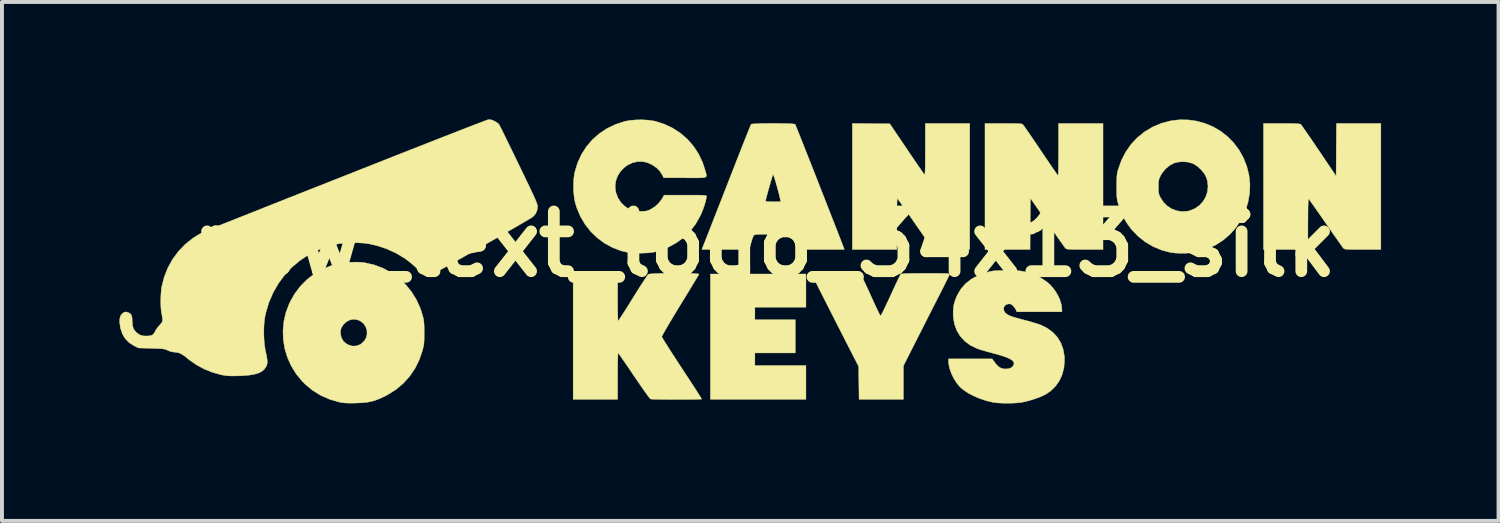
<source format=kicad_pcb>
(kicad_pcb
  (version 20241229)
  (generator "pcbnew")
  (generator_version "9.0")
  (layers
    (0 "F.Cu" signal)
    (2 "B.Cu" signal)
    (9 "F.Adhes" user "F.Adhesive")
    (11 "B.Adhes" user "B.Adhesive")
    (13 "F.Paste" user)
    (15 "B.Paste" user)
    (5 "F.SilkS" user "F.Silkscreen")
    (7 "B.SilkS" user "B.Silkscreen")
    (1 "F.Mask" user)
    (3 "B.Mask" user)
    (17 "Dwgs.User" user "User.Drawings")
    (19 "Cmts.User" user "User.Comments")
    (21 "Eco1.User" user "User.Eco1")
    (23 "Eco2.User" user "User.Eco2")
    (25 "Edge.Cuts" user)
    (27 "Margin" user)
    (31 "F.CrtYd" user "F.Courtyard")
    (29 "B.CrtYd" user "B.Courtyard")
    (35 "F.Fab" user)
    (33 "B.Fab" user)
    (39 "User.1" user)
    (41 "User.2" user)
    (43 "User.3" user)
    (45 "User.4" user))
  (footprint "new_text_logo_34x13_silk"
    (layer "F.Cu")
    (at 16.463 3.185)
    (property "Reference" "new_text_logo_34x13_silk" (at 0 0 0) (layer "F.SilkS") (effects (font (size 1.524 1.524) (thickness 0.3))))
    (attr through_hole)
    (fp_poly (pts (xy 1.067 1.609) (xy -0.237 1.609) (xy -0.237 1.93) (xy 0.796 1.93) (xy 0.796 2.777) (xy -0.237 2.777) (xy -0.237 3.099) (xy 1.067 3.099) (xy 1.067 3.962) (xy -1.372 3.962) (xy -1.372 0.762) (xy 1.067 0.762) (xy 1.067 1.609)) (stroke (width 0.01) (type solid)) (fill yes) (layer "F.SilkS"))
    (fp_poly (pts (xy 2.731 -3.078) (xy 3.209 -3.073) (xy 3.641 -2.434) (xy 3.73 -2.302) (xy 3.814 -2.179) (xy 3.89 -2.067) (xy 3.958 -1.968) (xy 4.014 -1.887) (xy 4.057 -1.826) (xy 4.084 -1.787) (xy 4.094 -1.775) (xy 4.099 -1.775) (xy 4.104 -1.791) (xy 4.107 -1.824) (xy 4.11 -1.877) (xy 4.112 -1.952) (xy 4.114 -2.053) (xy 4.114 -2.181) (xy 4.115 -2.339) (xy 4.115 -2.418) (xy 4.115 -3.082) (xy 5.249 -3.082) (xy 5.249 0.135) (xy 4.318 0.135) (xy 4.246 0.036) (xy 4.22 -0.001) (xy 4.178 -0.061) (xy 4.121 -0.142) (xy 4.054 -0.24) (xy 3.977 -0.351) (xy 3.894 -0.47) (xy 3.807 -0.596) (xy 3.793 -0.616) (xy 3.709 -0.737) (xy 3.631 -0.849) (xy 3.561 -0.949) (xy 3.5 -1.033) (xy 3.452 -1.1) (xy 3.419 -1.145) (xy 3.401 -1.167) (xy 3.399 -1.168) (xy 3.397 -1.152) (xy 3.394 -1.105) (xy 3.392 -1.032) (xy 3.39 -0.936) (xy 3.388 -0.821) (xy 3.387 -0.69) (xy 3.387 -0.548) (xy 3.387 -0.516) (xy 3.387 0.135) (xy 2.252 0.135) (xy 2.252 -3.082) (xy 2.731 -3.078)) (stroke (width 0.01) (type solid)) (fill yes) (layer "F.SilkS"))
    (fp_poly (pts (xy 13.362 -3.081) (xy 13.48 -3.08) (xy 13.57 -3.078) (xy 13.635 -3.074) (xy 13.677 -3.069) (xy 13.699 -3.063) (xy 13.702 -3.061) (xy 13.717 -3.043) (xy 13.748 -2.999) (xy 13.794 -2.934) (xy 13.853 -2.849) (xy 13.923 -2.747) (xy 14.002 -2.632) (xy 14.088 -2.505) (xy 14.167 -2.389) (xy 14.605 -1.738) (xy 14.614 -3.082) (xy 15.748 -3.082) (xy 15.748 0.135) (xy 15.285 0.135) (xy 15.148 0.135) (xy 15.041 0.135) (xy 14.959 0.134) (xy 14.9 0.132) (xy 14.858 0.129) (xy 14.83 0.124) (xy 14.811 0.117) (xy 14.799 0.108) (xy 14.788 0.097) (xy 14.771 0.076) (xy 14.738 0.029) (xy 14.689 -0.039) (xy 14.628 -0.126) (xy 14.556 -0.228) (xy 14.476 -0.343) (xy 14.389 -0.468) (xy 14.335 -0.546) (xy 14.247 -0.673) (xy 14.164 -0.792) (xy 14.089 -0.899) (xy 14.024 -0.992) (xy 13.97 -1.067) (xy 13.93 -1.122) (xy 13.907 -1.154) (xy 13.901 -1.161) (xy 13.897 -1.147) (xy 13.894 -1.102) (xy 13.891 -1.028) (xy 13.888 -0.929) (xy 13.887 -0.807) (xy 13.886 -0.665) (xy 13.885 -0.517) (xy 13.885 0.135) (xy 12.751 0.135) (xy 12.751 -3.082) (xy 13.213 -3.082) (xy 13.362 -3.081)) (stroke (width 0.01) (type solid)) (fill yes) (layer "F.SilkS"))
    (fp_poly (pts (xy 6.248 -3.082) (xy 6.357 -3.081) (xy 6.44 -3.08) (xy 6.501 -3.078) (xy 6.543 -3.075) (xy 6.572 -3.071) (xy 6.591 -3.064) (xy 6.604 -3.056) (xy 6.615 -3.044) (xy 6.615 -3.044) (xy 6.632 -3.022) (xy 6.665 -2.975) (xy 6.713 -2.906) (xy 6.773 -2.819) (xy 6.844 -2.715) (xy 6.923 -2.599) (xy 7.009 -2.473) (xy 7.069 -2.383) (xy 7.157 -2.253) (xy 7.239 -2.133) (xy 7.313 -2.023) (xy 7.378 -1.928) (xy 7.432 -1.851) (xy 7.472 -1.794) (xy 7.496 -1.76) (xy 7.503 -1.751) (xy 7.507 -1.766) (xy 7.51 -1.811) (xy 7.513 -1.884) (xy 7.515 -1.981) (xy 7.517 -2.101) (xy 7.518 -2.239) (xy 7.518 -2.393) (xy 7.518 -2.412) (xy 7.518 -3.082) (xy 8.653 -3.082) (xy 8.653 0.135) (xy 8.188 0.135) (xy 8.047 0.135) (xy 7.936 0.134) (xy 7.851 0.133) (xy 7.789 0.13) (xy 7.746 0.126) (xy 7.719 0.12) (xy 7.703 0.113) (xy 7.699 0.11) (xy 7.684 0.092) (xy 7.652 0.048) (xy 7.605 -0.018) (xy 7.545 -0.103) (xy 7.474 -0.204) (xy 7.394 -0.318) (xy 7.307 -0.442) (xy 7.236 -0.544) (xy 6.799 -1.174) (xy 6.794 -0.519) (xy 6.79 0.135) (xy 5.639 0.135) (xy 5.639 -3.082) (xy 6.11 -3.082) (xy 6.248 -3.082)) (stroke (width 0.01) (type solid)) (fill yes) (layer "F.SilkS"))
    (fp_poly (pts (xy 1.913 0.744) (xy 2.036 0.745) (xy 2.151 0.747) (xy 2.255 0.75) (xy 2.342 0.753) (xy 2.408 0.758) (xy 2.449 0.763) (xy 2.46 0.766) (xy 2.473 0.786) (xy 2.498 0.834) (xy 2.533 0.904) (xy 2.577 0.995) (xy 2.626 1.101) (xy 2.681 1.219) (xy 2.721 1.309) (xy 2.777 1.432) (xy 2.829 1.546) (xy 2.876 1.645) (xy 2.915 1.727) (xy 2.945 1.787) (xy 2.965 1.823) (xy 2.972 1.832) (xy 2.983 1.817) (xy 3.006 1.775) (xy 3.039 1.71) (xy 3.081 1.624) (xy 3.13 1.521) (xy 3.184 1.406) (xy 3.228 1.31) (xy 3.285 1.186) (xy 3.339 1.07) (xy 3.387 0.968) (xy 3.427 0.883) (xy 3.459 0.818) (xy 3.48 0.778) (xy 3.487 0.766) (xy 3.5 0.76) (xy 3.531 0.756) (xy 3.58 0.752) (xy 3.652 0.749) (xy 3.748 0.747) (xy 3.871 0.746) (xy 4.025 0.745) (xy 4.125 0.745) (xy 4.286 0.745) (xy 4.416 0.745) (xy 4.519 0.746) (xy 4.598 0.748) (xy 4.655 0.75) (xy 4.694 0.752) (xy 4.718 0.756) (xy 4.731 0.762) (xy 4.735 0.768) (xy 4.734 0.775) (xy 4.724 0.797) (xy 4.701 0.845) (xy 4.666 0.916) (xy 4.62 1.008) (xy 4.565 1.117) (xy 4.504 1.239) (xy 4.436 1.371) (xy 4.401 1.44) (xy 4.318 1.603) (xy 4.228 1.78) (xy 4.135 1.964) (xy 4.042 2.147) (xy 3.954 2.321) (xy 3.874 2.479) (xy 3.817 2.591) (xy 3.556 3.107) (xy 3.556 3.962) (xy 2.424 3.962) (xy 2.413 3.124) (xy 1.816 1.955) (xy 1.722 1.769) (xy 1.632 1.592) (xy 1.548 1.426) (xy 1.47 1.274) (xy 1.401 1.136) (xy 1.342 1.017) (xy 1.293 0.918) (xy 1.255 0.842) (xy 1.23 0.79) (xy 1.22 0.766) (xy 1.219 0.765) (xy 1.235 0.759) (xy 1.281 0.755) (xy 1.351 0.751) (xy 1.441 0.748) (xy 1.547 0.745) (xy 1.664 0.744) (xy 1.788 0.743) (xy 1.913 0.744)) (stroke (width 0.01) (type solid)) (fill yes) (layer "F.SilkS"))
    (fp_poly (pts (xy -10.239 0.468) (xy -10.198 0.474) (xy -9.96 0.528) (xy -9.734 0.613) (xy -9.524 0.726) (xy -9.331 0.865) (xy -9.158 1.028) (xy -9.007 1.213) (xy -8.88 1.417) (xy -8.779 1.639) (xy -8.725 1.81) (xy -8.708 1.875) (xy -8.696 1.933) (xy -8.688 1.992) (xy -8.684 2.059) (xy -8.681 2.144) (xy -8.681 2.253) (xy -8.681 2.261) (xy -8.681 2.372) (xy -8.683 2.457) (xy -8.688 2.526) (xy -8.695 2.585) (xy -8.707 2.642) (xy -8.723 2.707) (xy -8.725 2.713) (xy -8.806 2.952) (xy -8.915 3.172) (xy -9.051 3.373) (xy -9.214 3.553) (xy -9.401 3.711) (xy -9.612 3.844) (xy -9.694 3.887) (xy -9.818 3.944) (xy -9.927 3.987) (xy -10.032 4.017) (xy -10.141 4.038) (xy -10.264 4.05) (xy -10.41 4.056) (xy -10.431 4.057) (xy -10.548 4.059) (xy -10.639 4.058) (xy -10.713 4.054) (xy -10.778 4.046) (xy -10.843 4.034) (xy -10.854 4.032) (xy -11.094 3.962) (xy -11.319 3.863) (xy -11.527 3.736) (xy -11.715 3.581) (xy -11.791 3.506) (xy -11.947 3.317) (xy -12.074 3.113) (xy -12.172 2.896) (xy -12.241 2.67) (xy -12.279 2.437) (xy -12.285 2.241) (xy -10.819 2.241) (xy -10.817 2.288) (xy -10.795 2.391) (xy -10.745 2.477) (xy -10.666 2.545) (xy -10.628 2.566) (xy -10.527 2.6) (xy -10.426 2.601) (xy -10.329 2.569) (xy -10.288 2.544) (xy -10.211 2.472) (xy -10.162 2.388) (xy -10.14 2.296) (xy -10.143 2.202) (xy -10.172 2.113) (xy -10.224 2.033) (xy -10.3 1.969) (xy -10.378 1.933) (xy -10.476 1.917) (xy -10.572 1.932) (xy -10.661 1.976) (xy -10.738 2.045) (xy -10.789 2.122) (xy -10.812 2.179) (xy -10.819 2.241) (xy -12.285 2.241) (xy -12.286 2.201) (xy -12.263 1.965) (xy -12.208 1.732) (xy -12.121 1.505) (xy -12.115 1.493) (xy -11.995 1.277) (xy -11.849 1.081) (xy -11.679 0.908) (xy -11.489 0.76) (xy -11.279 0.639) (xy -11.053 0.546) (xy -10.956 0.516) (xy -10.829 0.489) (xy -10.682 0.47) (xy -10.526 0.46) (xy -10.375 0.459) (xy -10.239 0.468)) (stroke (width 0.01) (type solid)) (fill yes) (layer "F.SilkS"))
    (fp_poly (pts (xy 10.823 -3.174) (xy 11.044 -3.143) (xy 11.258 -3.084) (xy 11.462 -2.999) (xy 11.654 -2.887) (xy 11.83 -2.75) (xy 11.989 -2.589) (xy 12.127 -2.405) (xy 12.236 -2.21) (xy 12.324 -1.989) (xy 12.38 -1.763) (xy 12.405 -1.535) (xy 12.397 -1.309) (xy 12.397 -1.308) (xy 12.355 -1.067) (xy 12.282 -0.839) (xy 12.182 -0.627) (xy 12.054 -0.433) (xy 11.902 -0.259) (xy 11.726 -0.107) (xy 11.529 0.021) (xy 11.312 0.123) (xy 11.111 0.189) (xy 11.012 0.209) (xy 10.89 0.223) (xy 10.755 0.231) (xy 10.619 0.232) (xy 10.492 0.226) (xy 10.385 0.213) (xy 10.378 0.212) (xy 10.15 0.152) (xy 9.933 0.061) (xy 9.731 -0.058) (xy 9.547 -0.204) (xy 9.384 -0.373) (xy 9.274 -0.521) (xy 9.183 -0.673) (xy 9.109 -0.836) (xy 9.048 -1.011) (xy 9.031 -1.068) (xy 9.019 -1.117) (xy 9.011 -1.167) (xy 9.005 -1.224) (xy 9.003 -1.296) (xy 9.001 -1.39) (xy 9.001 -1.465) (xy 9.001 -1.465) (xy 10.067 -1.465) (xy 10.068 -1.383) (xy 10.072 -1.324) (xy 10.082 -1.277) (xy 10.098 -1.233) (xy 10.113 -1.201) (xy 10.191 -1.078) (xy 10.29 -0.978) (xy 10.407 -0.902) (xy 10.535 -0.853) (xy 10.672 -0.832) (xy 10.811 -0.842) (xy 10.872 -0.857) (xy 11.004 -0.912) (xy 11.117 -0.992) (xy 11.209 -1.093) (xy 11.277 -1.209) (xy 11.32 -1.338) (xy 11.334 -1.475) (xy 11.319 -1.614) (xy 11.293 -1.702) (xy 11.244 -1.797) (xy 11.17 -1.89) (xy 11.081 -1.974) (xy 10.985 -2.04) (xy 10.93 -2.066) (xy 10.809 -2.098) (xy 10.677 -2.107) (xy 10.548 -2.093) (xy 10.461 -2.068) (xy 10.35 -2.008) (xy 10.248 -1.922) (xy 10.163 -1.817) (xy 10.122 -1.747) (xy 10.096 -1.692) (xy 10.08 -1.647) (xy 10.071 -1.6) (xy 10.068 -1.541) (xy 10.067 -1.465) (xy 9.001 -1.465) (xy 9.001 -1.579) (xy 9.003 -1.667) (xy 9.007 -1.735) (xy 9.013 -1.791) (xy 9.022 -1.841) (xy 9.036 -1.893) (xy 9.039 -1.903) (xy 9.123 -2.14) (xy 9.234 -2.356) (xy 9.37 -2.55) (xy 9.53 -2.721) (xy 9.713 -2.869) (xy 9.919 -2.992) (xy 9.931 -2.998) (xy 10.15 -3.089) (xy 10.374 -3.148) (xy 10.599 -3.176) (xy 10.823 -3.174)) (stroke (width 0.01) (type solid)) (fill yes) (layer "F.SilkS"))
    (fp_poly (pts (xy 0.368 -3.083) (xy 0.482 -3.081) (xy 0.585 -3.079) (xy 0.673 -3.075) (xy 0.74 -3.071) (xy 0.781 -3.065) (xy 0.792 -3.061) (xy 0.799 -3.043) (xy 0.818 -2.997) (xy 0.848 -2.924) (xy 0.886 -2.828) (xy 0.933 -2.71) (xy 0.987 -2.574) (xy 1.047 -2.421) (xy 1.113 -2.255) (xy 1.183 -2.079) (xy 1.256 -1.894) (xy 1.331 -1.703) (xy 1.407 -1.509) (xy 1.483 -1.314) (xy 1.559 -1.122) (xy 1.633 -0.934) (xy 1.703 -0.753) (xy 1.77 -0.583) (xy 1.832 -0.424) (xy 1.888 -0.28) (xy 1.937 -0.154) (xy 1.978 -0.048) (xy 2.01 0.035) (xy 2.031 0.089) (xy 2.048 0.135) (xy 0.835 0.135) (xy 0.806 0.03) (xy 0.785 -0.045) (xy 0.764 -0.122) (xy 0.751 -0.165) (xy 0.726 -0.254) (xy 0.246 -0.254) (xy 0.102 -0.254) (xy -0.012 -0.253) (xy -0.098 -0.251) (xy -0.163 -0.249) (xy -0.207 -0.245) (xy -0.237 -0.24) (xy -0.254 -0.233) (xy -0.26 -0.229) (xy -0.275 -0.207) (xy -0.291 -0.171) (xy -0.311 -0.114) (xy -0.335 -0.032) (xy -0.358 0.055) (xy -0.38 0.135) (xy -1.592 0.135) (xy -1.569 0.08) (xy -1.56 0.057) (xy -1.539 0.004) (xy -1.508 -0.075) (xy -1.467 -0.18) (xy -1.417 -0.307) (xy -1.36 -0.454) (xy -1.295 -0.62) (xy -1.224 -0.801) (xy -1.148 -0.996) (xy -1.108 -1.096) (xy 0.035 -1.096) (xy 0.05 -1.091) (xy 0.093 -1.087) (xy 0.156 -1.085) (xy 0.23 -1.084) (xy 0.426 -1.084) (xy 0.416 -1.13) (xy 0.397 -1.209) (xy 0.375 -1.3) (xy 0.349 -1.395) (xy 0.323 -1.491) (xy 0.297 -1.582) (xy 0.273 -1.662) (xy 0.252 -1.725) (xy 0.237 -1.766) (xy 0.229 -1.781) (xy 0.229 -1.781) (xy 0.221 -1.764) (xy 0.206 -1.721) (xy 0.186 -1.657) (xy 0.162 -1.577) (xy 0.137 -1.488) (xy 0.111 -1.397) (xy 0.086 -1.307) (xy 0.065 -1.226) (xy 0.048 -1.16) (xy 0.037 -1.113) (xy 0.035 -1.096) (xy -1.108 -1.096) (xy -1.067 -1.202) (xy -0.983 -1.418) (xy -0.948 -1.507) (xy -0.863 -1.725) (xy -0.781 -1.933) (xy -0.704 -2.131) (xy -0.631 -2.316) (xy -0.565 -2.485) (xy -0.505 -2.637) (xy -0.452 -2.769) (xy -0.408 -2.879) (xy -0.374 -2.965) (xy -0.349 -3.025) (xy -0.336 -3.056) (xy -0.334 -3.061) (xy -0.312 -3.067) (xy -0.262 -3.072) (xy -0.188 -3.076) (xy -0.095 -3.08) (xy 0.012 -3.082) (xy 0.128 -3.083) (xy 0.249 -3.084) (xy 0.368 -3.083)) (stroke (width 0.01) (type solid)) (fill yes) (layer "F.SilkS"))
    (fp_poly (pts (xy -2.099 0.743) (xy -1.983 0.745) (xy -1.878 0.747) (xy -1.789 0.751) (xy -1.721 0.755) (xy -1.678 0.761) (xy -1.664 0.767) (xy -1.675 0.786) (xy -1.701 0.83) (xy -1.742 0.898) (xy -1.795 0.986) (xy -1.859 1.092) (xy -1.933 1.214) (xy -2.015 1.347) (xy -2.103 1.491) (xy -2.144 1.559) (xy -2.234 1.706) (xy -2.318 1.845) (xy -2.395 1.974) (xy -2.463 2.088) (xy -2.52 2.187) (xy -2.565 2.266) (xy -2.596 2.324) (xy -2.612 2.356) (xy -2.614 2.362) (xy -2.604 2.382) (xy -2.578 2.428) (xy -2.536 2.497) (xy -2.48 2.585) (xy -2.413 2.691) (xy -2.335 2.812) (xy -2.249 2.945) (xy -2.156 3.087) (xy -2.1 3.172) (xy -2.005 3.318) (xy -1.915 3.454) (xy -1.833 3.58) (xy -1.761 3.691) (xy -1.699 3.787) (xy -1.651 3.863) (xy -1.616 3.918) (xy -1.598 3.949) (xy -1.595 3.954) (xy -1.614 3.957) (xy -1.663 3.96) (xy -1.737 3.962) (xy -1.83 3.964) (xy -1.94 3.965) (xy -2.06 3.966) (xy -2.188 3.966) (xy -2.317 3.966) (xy -2.444 3.965) (xy -2.565 3.964) (xy -2.673 3.963) (xy -2.766 3.961) (xy -2.838 3.959) (xy -2.885 3.956) (xy -2.902 3.954) (xy -2.919 3.936) (xy -2.952 3.894) (xy -3 3.829) (xy -3.06 3.745) (xy -3.13 3.646) (xy -3.207 3.533) (xy -3.291 3.411) (xy -3.327 3.358) (xy -3.411 3.233) (xy -3.49 3.117) (xy -3.561 3.014) (xy -3.622 2.926) (xy -3.671 2.855) (xy -3.707 2.806) (xy -3.726 2.781) (xy -3.73 2.778) (xy -3.733 2.794) (xy -3.735 2.84) (xy -3.738 2.912) (xy -3.74 3.007) (xy -3.741 3.121) (xy -3.742 3.249) (xy -3.742 3.37) (xy -3.742 3.962) (xy -4.877 3.962) (xy -4.877 0.762) (xy -3.742 0.762) (xy -3.742 1.363) (xy -3.742 1.502) (xy -3.741 1.63) (xy -3.739 1.742) (xy -3.737 1.835) (xy -3.735 1.906) (xy -3.732 1.95) (xy -3.73 1.964) (xy -3.718 1.95) (xy -3.691 1.91) (xy -3.65 1.848) (xy -3.597 1.766) (xy -3.534 1.667) (xy -3.463 1.554) (xy -3.386 1.431) (xy -3.354 1.379) (xy -3.274 1.251) (xy -3.199 1.131) (xy -3.13 1.023) (xy -3.069 0.931) (xy -3.02 0.856) (xy -2.983 0.802) (xy -2.961 0.773) (xy -2.957 0.769) (xy -2.931 0.763) (xy -2.878 0.757) (xy -2.802 0.753) (xy -2.707 0.749) (xy -2.597 0.746) (xy -2.477 0.744) (xy -2.351 0.743) (xy -2.224 0.742) (xy -2.099 0.743)) (stroke (width 0.01) (type solid)) (fill yes) (layer "F.SilkS"))
    (fp_poly (pts (xy -2.961 -3.167) (xy -2.818 -3.146) (xy -2.772 -3.136) (xy -2.543 -3.062) (xy -2.329 -2.96) (xy -2.133 -2.831) (xy -1.957 -2.678) (xy -1.804 -2.502) (xy -1.676 -2.307) (xy -1.574 -2.094) (xy -1.506 -1.884) (xy -1.492 -1.832) (xy -1.48 -1.79) (xy -1.474 -1.757) (xy -1.478 -1.733) (xy -1.493 -1.716) (xy -1.524 -1.704) (xy -1.573 -1.697) (xy -1.643 -1.694) (xy -1.737 -1.693) (xy -1.86 -1.693) (xy -2.013 -1.694) (xy -2.019 -1.694) (xy -2.565 -1.694) (xy -2.596 -1.76) (xy -2.659 -1.86) (xy -2.748 -1.951) (xy -2.856 -2.026) (xy -2.974 -2.08) (xy -3.088 -2.107) (xy -3.227 -2.109) (xy -3.358 -2.081) (xy -3.478 -2.026) (xy -3.584 -1.949) (xy -3.673 -1.853) (xy -3.742 -1.742) (xy -3.787 -1.619) (xy -3.805 -1.487) (xy -3.793 -1.351) (xy -3.786 -1.321) (xy -3.733 -1.181) (xy -3.653 -1.059) (xy -3.547 -0.958) (xy -3.423 -0.883) (xy -3.37 -0.861) (xy -3.321 -0.848) (xy -3.264 -0.841) (xy -3.188 -0.839) (xy -3.167 -0.839) (xy -3.085 -0.84) (xy -3.025 -0.845) (xy -2.976 -0.856) (xy -2.927 -0.875) (xy -2.91 -0.883) (xy -2.795 -0.953) (xy -2.693 -1.045) (xy -2.612 -1.15) (xy -2.604 -1.164) (xy -2.554 -1.253) (xy -2.013 -1.253) (xy -1.864 -1.253) (xy -1.744 -1.253) (xy -1.652 -1.252) (xy -1.583 -1.25) (xy -1.535 -1.247) (xy -1.503 -1.244) (xy -1.484 -1.239) (xy -1.476 -1.232) (xy -1.473 -1.224) (xy -1.473 -1.223) (xy -1.481 -1.161) (xy -1.5 -1.076) (xy -1.53 -0.977) (xy -1.567 -0.873) (xy -1.609 -0.773) (xy -1.633 -0.72) (xy -1.753 -0.511) (xy -1.893 -0.328) (xy -2.056 -0.169) (xy -2.244 -0.034) (xy -2.413 0.06) (xy -2.558 0.125) (xy -2.689 0.172) (xy -2.819 0.204) (xy -2.96 0.222) (xy -3.121 0.229) (xy -3.124 0.229) (xy -3.215 0.231) (xy -3.297 0.23) (xy -3.364 0.229) (xy -3.406 0.227) (xy -3.412 0.226) (xy -3.647 0.172) (xy -3.869 0.088) (xy -4.074 -0.023) (xy -4.261 -0.161) (xy -4.428 -0.322) (xy -4.572 -0.505) (xy -4.692 -0.708) (xy -4.785 -0.928) (xy -4.83 -1.079) (xy -4.852 -1.203) (xy -4.866 -1.347) (xy -4.869 -1.501) (xy -4.863 -1.651) (xy -4.847 -1.785) (xy -4.836 -1.837) (xy -4.765 -2.072) (xy -4.666 -2.289) (xy -4.54 -2.488) (xy -4.389 -2.665) (xy -4.214 -2.82) (xy -4.018 -2.951) (xy -3.801 -3.056) (xy -3.565 -3.134) (xy -3.562 -3.135) (xy -3.431 -3.16) (xy -3.279 -3.173) (xy -3.118 -3.176) (xy -2.961 -3.167)) (stroke (width 0.01) (type solid)) (fill yes) (layer "F.SilkS"))
    (fp_poly (pts (xy 6.315 0.672) (xy 6.407 0.674) (xy 6.478 0.677) (xy 6.537 0.683) (xy 6.591 0.691) (xy 6.647 0.704) (xy 6.697 0.717) (xy 6.904 0.784) (xy 7.084 0.871) (xy 7.236 0.976) (xy 7.306 1.039) (xy 7.405 1.155) (xy 7.488 1.284) (xy 7.551 1.417) (xy 7.591 1.549) (xy 7.603 1.663) (xy 7.603 1.727) (xy 6.451 1.727) (xy 6.435 1.687) (xy 6.415 1.649) (xy 6.381 1.603) (xy 6.366 1.585) (xy 6.326 1.545) (xy 6.288 1.528) (xy 6.248 1.524) (xy 6.186 1.538) (xy 6.141 1.574) (xy 6.117 1.625) (xy 6.117 1.682) (xy 6.144 1.738) (xy 6.16 1.755) (xy 6.189 1.781) (xy 6.221 1.802) (xy 6.259 1.822) (xy 6.309 1.842) (xy 6.375 1.864) (xy 6.463 1.889) (xy 6.577 1.92) (xy 6.623 1.932) (xy 6.732 1.961) (xy 6.837 1.991) (xy 6.931 2.019) (xy 7.007 2.043) (xy 7.055 2.06) (xy 7.226 2.144) (xy 7.369 2.249) (xy 7.486 2.374) (xy 7.574 2.517) (xy 7.634 2.679) (xy 7.666 2.857) (xy 7.67 2.963) (xy 7.655 3.153) (xy 7.611 3.328) (xy 7.538 3.488) (xy 7.438 3.629) (xy 7.313 3.751) (xy 7.198 3.829) (xy 7.11 3.874) (xy 6.998 3.92) (xy 6.872 3.963) (xy 6.742 4.002) (xy 6.618 4.031) (xy 6.58 4.038) (xy 6.477 4.051) (xy 6.352 4.059) (xy 6.217 4.062) (xy 6.082 4.06) (xy 5.959 4.053) (xy 5.856 4.04) (xy 5.848 4.039) (xy 5.679 4) (xy 5.511 3.944) (xy 5.35 3.876) (xy 5.203 3.798) (xy 5.078 3.713) (xy 5.005 3.65) (xy 4.922 3.552) (xy 4.847 3.436) (xy 4.784 3.309) (xy 4.738 3.18) (xy 4.712 3.058) (xy 4.707 2.994) (xy 4.707 2.929) (xy 5.823 2.929) (xy 5.854 2.973) (xy 5.922 3.063) (xy 5.984 3.126) (xy 6.046 3.164) (xy 6.114 3.183) (xy 6.176 3.187) (xy 6.267 3.175) (xy 6.332 3.141) (xy 6.37 3.089) (xy 6.381 3.045) (xy 6.369 3.004) (xy 6.333 2.965) (xy 6.272 2.926) (xy 6.183 2.887) (xy 6.065 2.847) (xy 5.915 2.804) (xy 5.855 2.788) (xy 5.748 2.759) (xy 5.642 2.729) (xy 5.546 2.701) (xy 5.469 2.676) (xy 5.429 2.661) (xy 5.264 2.581) (xy 5.124 2.477) (xy 5.009 2.352) (xy 4.921 2.208) (xy 4.861 2.047) (xy 4.83 1.87) (xy 4.826 1.775) (xy 4.83 1.652) (xy 4.845 1.546) (xy 4.873 1.445) (xy 4.917 1.336) (xy 4.937 1.292) (xy 5.029 1.138) (xy 5.146 1.006) (xy 5.289 0.893) (xy 5.458 0.801) (xy 5.655 0.729) (xy 5.703 0.715) (xy 5.763 0.7) (xy 5.817 0.688) (xy 5.87 0.681) (xy 5.929 0.676) (xy 6.003 0.673) (xy 6.098 0.672) (xy 6.198 0.672) (xy 6.315 0.672)) (stroke (width 0.01) (type solid)) (fill yes) (layer "F.SilkS"))
    (fp_poly (pts (xy -6.945 -3.168) (xy -6.888 -3.143) (xy -6.834 -3.112) (xy -6.79 -3.08) (xy -6.772 -3.061) (xy -6.76 -3.039) (xy -6.735 -2.99) (xy -6.697 -2.915) (xy -6.649 -2.818) (xy -6.592 -2.701) (xy -6.526 -2.567) (xy -6.453 -2.418) (xy -6.375 -2.258) (xy -6.293 -2.088) (xy -6.266 -2.032) (xy -6.169 -1.831) (xy -6.086 -1.658) (xy -6.015 -1.511) (xy -5.957 -1.388) (xy -5.909 -1.285) (xy -5.871 -1.202) (xy -5.841 -1.134) (xy -5.819 -1.081) (xy -5.804 -1.039) (xy -5.794 -1.007) (xy -5.788 -0.982) (xy -5.786 -0.961) (xy -5.786 -0.957) (xy -5.8 -0.859) (xy -5.84 -0.771) (xy -5.903 -0.702) (xy -5.923 -0.688) (xy -5.968 -0.659) (xy -6.038 -0.618) (xy -6.129 -0.564) (xy -6.24 -0.499) (xy -6.367 -0.425) (xy -6.508 -0.344) (xy -6.66 -0.257) (xy -6.82 -0.164) (xy -6.987 -0.069) (xy -7.156 0.028) (xy -7.327 0.125) (xy -7.495 0.221) (xy -7.659 0.314) (xy -7.816 0.403) (xy -7.963 0.486) (xy -8.098 0.562) (xy -8.217 0.628) (xy -8.319 0.685) (xy -8.4 0.73) (xy -8.459 0.761) (xy -8.492 0.778) (xy -8.498 0.78) (xy -8.555 0.787) (xy -8.609 0.784) (xy -8.61 0.784) (xy -8.659 0.769) (xy -8.716 0.743) (xy -8.769 0.712) (xy -8.807 0.682) (xy -8.817 0.67) (xy -8.84 0.642) (xy -8.885 0.599) (xy -8.944 0.547) (xy -9.011 0.49) (xy -9.082 0.433) (xy -9.149 0.382) (xy -9.187 0.356) (xy -9.403 0.227) (xy -9.64 0.119) (xy -9.887 0.037) (xy -10.097 -0.011) (xy -10.228 -0.027) (xy -10.38 -0.036) (xy -10.54 -0.037) (xy -10.696 -0.03) (xy -10.835 -0.015) (xy -10.871 -0.009) (xy -11.14 0.055) (xy -11.395 0.148) (xy -11.634 0.27) (xy -11.857 0.419) (xy -12.061 0.591) (xy -12.243 0.786) (xy -12.403 1.002) (xy -12.538 1.237) (xy -12.647 1.488) (xy -12.726 1.755) (xy -12.745 1.841) (xy -12.764 1.967) (xy -12.774 2.114) (xy -12.776 2.272) (xy -12.771 2.431) (xy -12.758 2.579) (xy -12.738 2.706) (xy -12.736 2.718) (xy -12.711 2.829) (xy -12.696 2.914) (xy -12.688 2.978) (xy -12.688 3.028) (xy -12.695 3.07) (xy -12.71 3.11) (xy -12.717 3.124) (xy -12.761 3.191) (xy -12.823 3.246) (xy -12.906 3.289) (xy -13.013 3.321) (xy -13.147 3.344) (xy -13.309 3.358) (xy -13.428 3.363) (xy -13.543 3.365) (xy -13.632 3.364) (xy -13.705 3.36) (xy -13.77 3.353) (xy -13.836 3.341) (xy -13.868 3.335) (xy -14.086 3.274) (xy -14.298 3.189) (xy -14.496 3.082) (xy -14.674 2.959) (xy -14.71 2.929) (xy -14.801 2.856) (xy -14.878 2.806) (xy -14.946 2.775) (xy -15.011 2.762) (xy -15.045 2.76) (xy -15.147 2.745) (xy -15.223 2.715) (xy -15.257 2.699) (xy -15.289 2.687) (xy -15.325 2.678) (xy -15.37 2.672) (xy -15.431 2.668) (xy -15.513 2.664) (xy -15.622 2.66) (xy -15.647 2.66) (xy -15.977 2.65) (xy -16.09 2.595) (xy -16.215 2.515) (xy -16.315 2.414) (xy -16.388 2.291) (xy -16.436 2.146) (xy -16.443 2.109) (xy -16.458 1.988) (xy -16.453 1.893) (xy -16.429 1.82) (xy -16.393 1.775) (xy -16.339 1.737) (xy -16.287 1.73) (xy -16.226 1.751) (xy -16.222 1.753) (xy -16.182 1.779) (xy -16.157 1.813) (xy -16.143 1.863) (xy -16.138 1.937) (xy -16.137 1.969) (xy -16.128 2.082) (xy -16.098 2.171) (xy -16.045 2.242) (xy -15.978 2.294) (xy -15.928 2.321) (xy -15.883 2.337) (xy -15.828 2.343) (xy -15.773 2.345) (xy -15.689 2.34) (xy -15.631 2.324) (xy -15.589 2.29) (xy -15.556 2.236) (xy -15.551 2.222) (xy -15.528 2.182) (xy -15.489 2.129) (xy -15.443 2.074) (xy -15.441 2.072) (xy -15.405 2.031) (xy -15.38 1.999) (xy -15.366 1.968) (xy -15.362 1.931) (xy -15.367 1.88) (xy -15.378 1.808) (xy -15.392 1.736) (xy -15.401 1.656) (xy -15.407 1.553) (xy -15.408 1.437) (xy -15.405 1.319) (xy -15.398 1.207) (xy -15.388 1.113) (xy -15.383 1.086) (xy -15.319 0.836) (xy -15.225 0.6) (xy -15.103 0.38) (xy -14.954 0.18) (xy -14.779 -0.000493) (xy -14.58 -0.158) (xy -14.444 -0.244) (xy -14.399 -0.267) (xy -14.327 -0.301) (xy -14.232 -0.343) (xy -14.119 -0.391) (xy -13.993 -0.444) (xy -13.857 -0.5) (xy -13.716 -0.556) (xy -13.151 -0.78) (xy -12.607 -0.996) (xy -12.086 -1.203) (xy -11.587 -1.4) (xy -11.112 -1.588) (xy -10.661 -1.766) (xy -10.234 -1.935) (xy -9.831 -2.094) (xy -9.454 -2.243) (xy -9.102 -2.382) (xy -8.776 -2.51) (xy -8.477 -2.627) (xy -8.205 -2.734) (xy -7.96 -2.829) (xy -7.744 -2.914) (xy -7.555 -2.987) (xy -7.396 -3.049) (xy -7.266 -3.098) (xy -7.166 -3.136) (xy -7.096 -3.162) (xy -7.057 -3.176) (xy -7.049 -3.178) (xy -6.996 -3.18) (xy -6.945 -3.168)) (stroke (width 0.01) (type solid)) (fill yes) (layer "F.SilkS")))
  (gr_rect
    (start -3 -3)
    (end 35.216 10.252)
    (stroke (width 0.1) (type default))
    (fill no)
    (layer "Edge.Cuts")))
</source>
